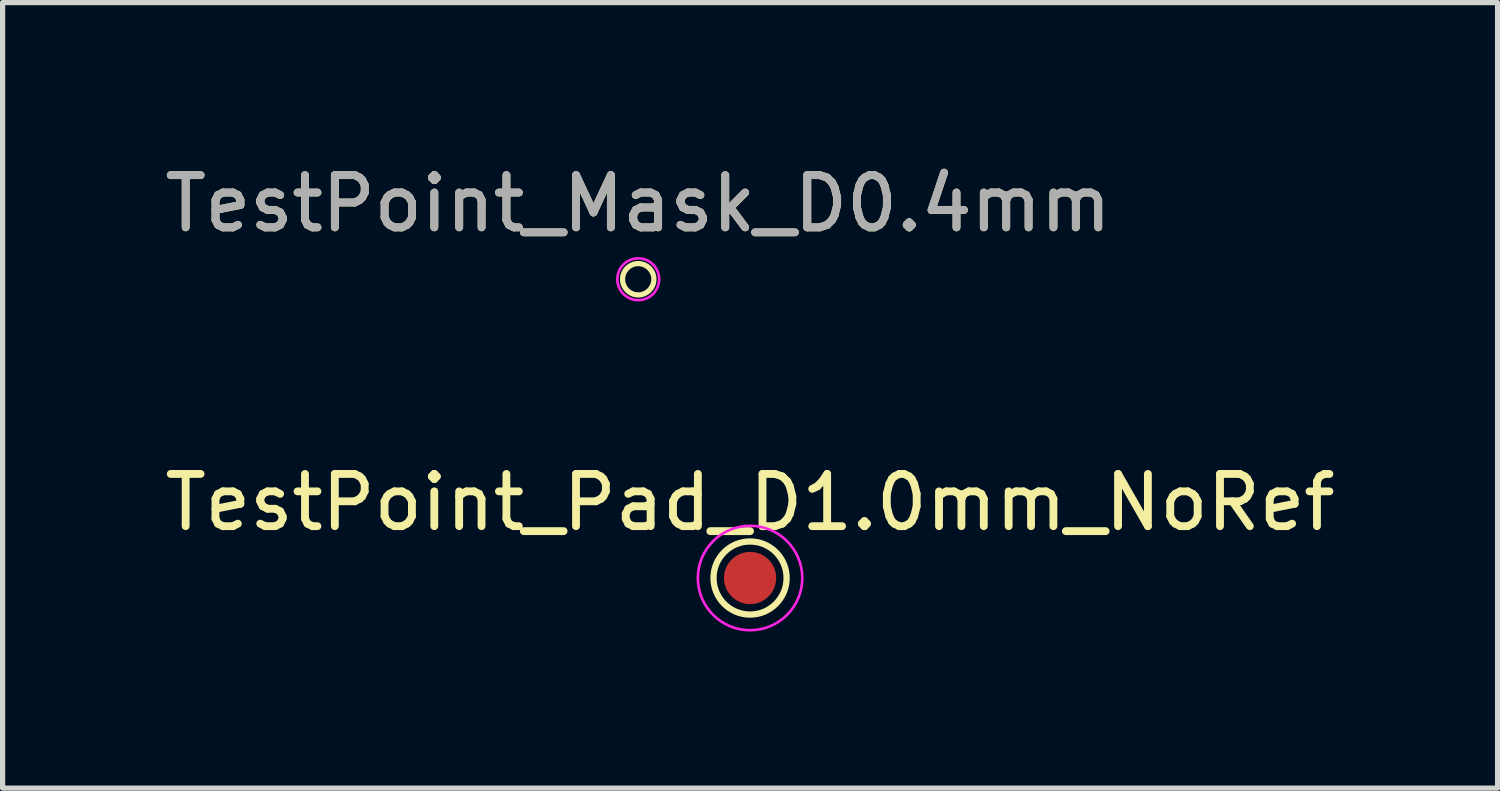
<source format=kicad_pcb>
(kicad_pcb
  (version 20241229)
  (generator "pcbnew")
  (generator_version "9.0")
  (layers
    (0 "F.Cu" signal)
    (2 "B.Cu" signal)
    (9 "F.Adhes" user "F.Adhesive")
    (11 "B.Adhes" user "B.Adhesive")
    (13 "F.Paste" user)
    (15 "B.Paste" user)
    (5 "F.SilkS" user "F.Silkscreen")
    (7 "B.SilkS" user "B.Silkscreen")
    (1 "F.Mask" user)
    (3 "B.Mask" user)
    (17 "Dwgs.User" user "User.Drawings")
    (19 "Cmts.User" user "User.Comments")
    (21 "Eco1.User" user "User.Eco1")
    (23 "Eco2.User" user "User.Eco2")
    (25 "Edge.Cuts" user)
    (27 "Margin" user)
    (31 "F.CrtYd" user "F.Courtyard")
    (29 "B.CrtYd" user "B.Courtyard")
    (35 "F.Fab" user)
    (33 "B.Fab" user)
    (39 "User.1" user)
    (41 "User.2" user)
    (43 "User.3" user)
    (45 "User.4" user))
  (footprint "TestPoint_Mask_D0.4mm"
    (layer "F.Cu")
    (at 9.173 2.298)
    (property "Reference" "TestPoint_Mask_D0.4mm" (at 0 -1.448 0) (layer "F.SilkS") (effects (font (size 1 1) (thickness 0.15))))
    (attr exclude_from_pos_files exclude_from_bom)
    (fp_circle (center 0 0) (end 0.3 0) (stroke (width 0.1) (type solid)) (fill no) (layer "F.SilkS"))
    (fp_circle (center 0 0) (end 0.4 0) (stroke (width 0.05) (type solid)) (fill no) (layer "F.CrtYd"))
    (fp_text user "${REFERENCE}" (at 0 -1.45 0) (layer "F.Fab") (effects (font (size 1 1) (thickness 0.15))))
    (pad "" smd circle (at 0 0) (size 0.4 0.4) (layers "F.Mask")))
  (footprint "TestPoint_Pad_D1.0mm_NoRef"
    (layer "F.Cu")
    (at 11.315 8.02)
    (property "Reference" "TestPoint_Pad_D1.0mm_NoRef" (at 0 -1.448 0) (layer "F.SilkS") (effects (font (size 1 1) (thickness 0.15))))
    (attr exclude_from_pos_files exclude_from_bom)
    (fp_circle (center 0 0) (end 0 0.7) (stroke (width 0.12) (type solid)) (fill no) (layer "F.SilkS"))
    (fp_circle (center 0 0) (end 1 0) (stroke (width 0.05) (type solid)) (fill no) (layer "F.CrtYd"))
    (pad "1" smd circle (at 0 0) (size 1 1) (layers "F.Cu" "F.Mask")))
  (gr_rect
    (start -3 -3)
    (end 25.631 12.044)
    (stroke (width 0.1) (type default))
    (fill no)
    (layer "Edge.Cuts")))
</source>
